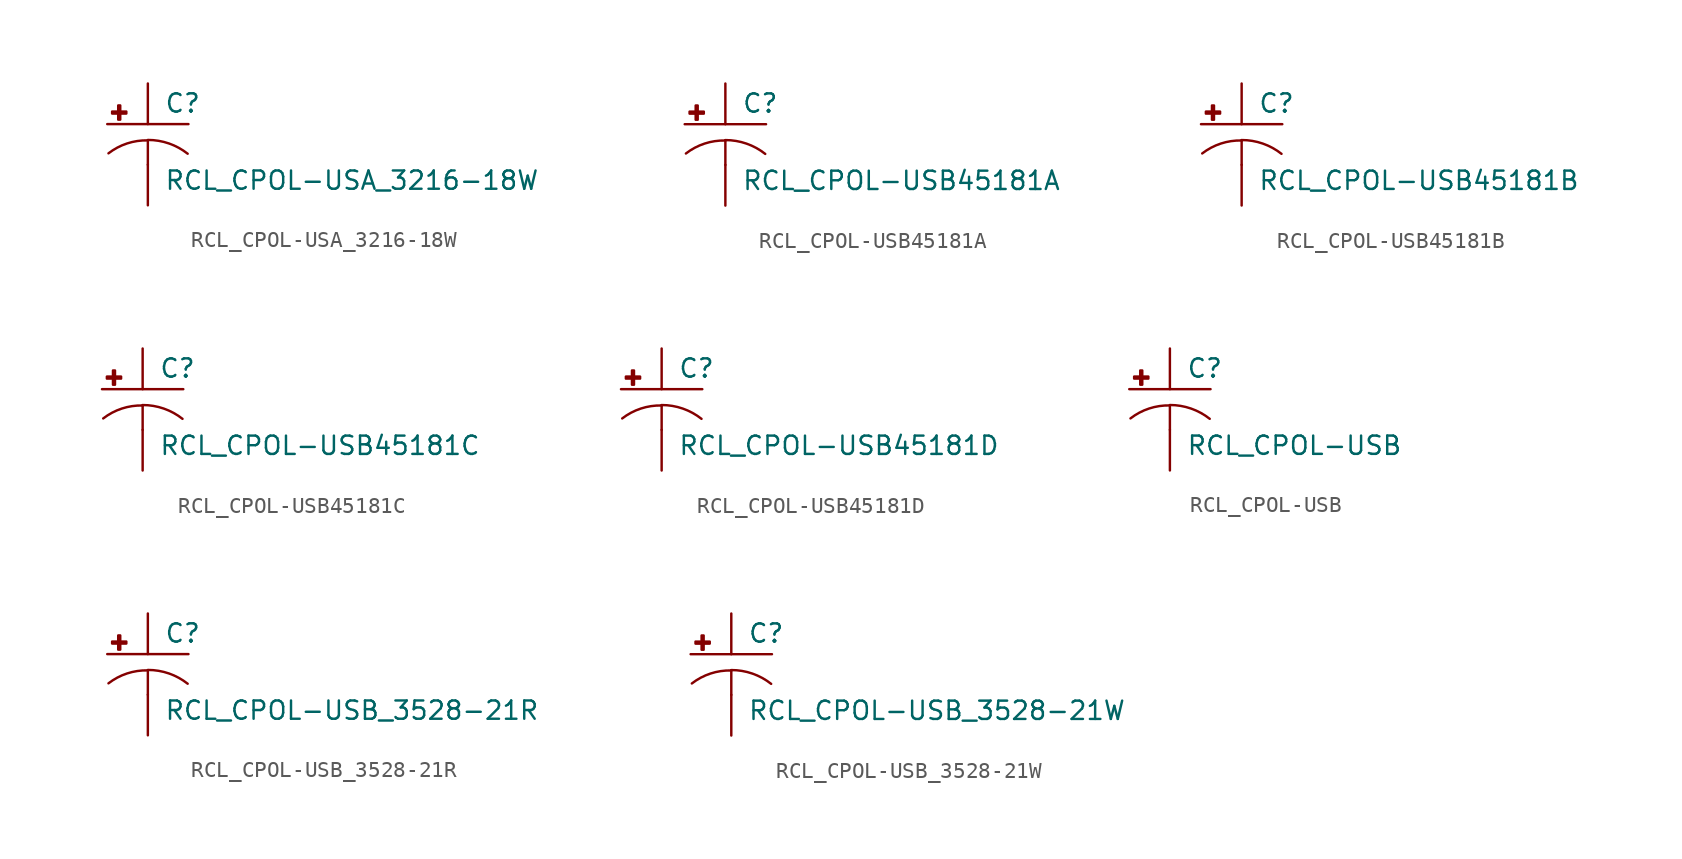
<source format=kicad_sym>
(kicad_symbol_lib
  (version 20210619)
  (generator kicad_symbol_editor)
  (symbol "RCL_CPOL-USA_3216-18W"
    (pin_numbers hide)
    (pin_names
      (offset 1.016) hide)
    (property "Reference" "C"
      (at 1.016 0.635 0)
      (effects (font (size 1.143 1.143)) (justify left bottom)))
    (property "Value" "RCL_CPOL-USA_3216-18W"
      (at 1.016 -4.191 0)
      (effects (font (size 1.143 1.143)) (justify left bottom)))
    (property "ki_locked" ""
      (at 0 0 0)
      (effects (font (size 1.27 1.27))))
    (symbol "RCL_CPOL-USA_3216-18W_1_0"
      (polyline (pts (xy -2.54 0) (xy 2.54 0)) (stroke (width 0)) (fill (type none)))
      (polyline (pts (xy 0 -1.016) (xy 0 -2.54)) (stroke (width 0)) (fill (type none)))
      (polyline (pts (xy 0 -1.016) (xy 0 -1.016)) (stroke (width 0)) (fill (type none))))
    (symbol "RCL_CPOL-USA_3216-18W_1_1"
      (arc (start 0 -1.016) (end -2.4638 -1.8288) (radius (at 0 -5.0546) (length 4.0386) (angles 90.1 127.3)) (stroke (width 0)) (fill (type none)))
      (arc (start 2.4892 -1.8542) (end 0 -0.9906) (radius (at 0 -5.0292) (length 4.0386) (angles 52.3 89.9)) (stroke (width 0)) (fill (type none)))
      (rectangle (start -2.235 0.66) (end -1.346 0.787) (stroke (width 0)) (fill (type outline)))
      (rectangle (start -1.854 0.279) (end -1.727 1.168) (stroke (width 0)) (fill (type outline)))
      (pin passive line (at 0 2.54 270) (length 2.54) (name "+" (effects (font (size 1.016 1.016)))) (number "+" (effects (font (size 1.016 1.016)))))
      (pin passive line (at 0 -5.08 90) (length 2.54) (name "-" (effects (font (size 1.016 1.016)))) (number "-" (effects (font (size 1.016 1.016)))))))
  (symbol "RCL_CPOL-USB45181A"
    (pin_numbers hide)
    (pin_names
      (offset 1.016) hide)
    (property "Reference" "C"
      (at 1.016 0.635 0)
      (effects (font (size 1.143 1.143)) (justify left bottom)))
    (property "Value" "RCL_CPOL-USB45181A"
      (at 1.016 -4.191 0)
      (effects (font (size 1.143 1.143)) (justify left bottom)))
    (property "ki_locked" ""
      (at 0 0 0)
      (effects (font (size 1.27 1.27))))
    (symbol "RCL_CPOL-USB45181A_1_0"
      (polyline (pts (xy -2.54 0) (xy 2.54 0)) (stroke (width 0)) (fill (type none)))
      (polyline (pts (xy 0 -1.016) (xy 0 -2.54)) (stroke (width 0)) (fill (type none)))
      (polyline (pts (xy 0 -1.016) (xy 0 -1.016)) (stroke (width 0)) (fill (type none))))
    (symbol "RCL_CPOL-USB45181A_1_1"
      (arc (start 0 -1.016) (end -2.4638 -1.8288) (radius (at 0 -5.0546) (length 4.0386) (angles 90.1 127.3)) (stroke (width 0)) (fill (type none)))
      (arc (start 2.4892 -1.8542) (end 0 -0.9906) (radius (at 0 -5.0292) (length 4.0386) (angles 52.3 89.9)) (stroke (width 0)) (fill (type none)))
      (rectangle (start -2.235 0.66) (end -1.346 0.787) (stroke (width 0)) (fill (type outline)))
      (rectangle (start -1.854 0.279) (end -1.727 1.168) (stroke (width 0)) (fill (type outline)))
      (pin passive line (at 0 2.54 270) (length 2.54) (name "+" (effects (font (size 1.016 1.016)))) (number "+" (effects (font (size 1.016 1.016)))))
      (pin passive line (at 0 -5.08 90) (length 2.54) (name "-" (effects (font (size 1.016 1.016)))) (number "-" (effects (font (size 1.016 1.016)))))))
  (symbol "RCL_CPOL-USB45181B"
    (pin_numbers hide)
    (pin_names
      (offset 1.016) hide)
    (property "Reference" "C"
      (at 1.016 0.635 0)
      (effects (font (size 1.143 1.143)) (justify left bottom)))
    (property "Value" "RCL_CPOL-USB45181B"
      (at 1.016 -4.191 0)
      (effects (font (size 1.143 1.143)) (justify left bottom)))
    (property "ki_locked" ""
      (at 0 0 0)
      (effects (font (size 1.27 1.27))))
    (symbol "RCL_CPOL-USB45181B_1_0"
      (polyline (pts (xy -2.54 0) (xy 2.54 0)) (stroke (width 0)) (fill (type none)))
      (polyline (pts (xy 0 -1.016) (xy 0 -2.54)) (stroke (width 0)) (fill (type none)))
      (polyline (pts (xy 0 -1.016) (xy 0 -1.016)) (stroke (width 0)) (fill (type none))))
    (symbol "RCL_CPOL-USB45181B_1_1"
      (arc (start 0 -1.016) (end -2.4638 -1.8288) (radius (at 0 -5.0546) (length 4.0386) (angles 90.1 127.3)) (stroke (width 0)) (fill (type none)))
      (arc (start 2.4892 -1.8542) (end 0 -0.9906) (radius (at 0 -5.0292) (length 4.0386) (angles 52.3 89.9)) (stroke (width 0)) (fill (type none)))
      (rectangle (start -2.235 0.66) (end -1.346 0.787) (stroke (width 0)) (fill (type outline)))
      (rectangle (start -1.854 0.279) (end -1.727 1.168) (stroke (width 0)) (fill (type outline)))
      (pin passive line (at 0 2.54 270) (length 2.54) (name "+" (effects (font (size 1.016 1.016)))) (number "+" (effects (font (size 1.016 1.016)))))
      (pin passive line (at 0 -5.08 90) (length 2.54) (name "-" (effects (font (size 1.016 1.016)))) (number "-" (effects (font (size 1.016 1.016)))))))
  (symbol "RCL_CPOL-USB45181C"
    (pin_numbers hide)
    (pin_names
      (offset 1.016) hide)
    (property "Reference" "C"
      (at 1.016 0.635 0)
      (effects (font (size 1.143 1.143)) (justify left bottom)))
    (property "Value" "RCL_CPOL-USB45181C"
      (at 1.016 -4.191 0)
      (effects (font (size 1.143 1.143)) (justify left bottom)))
    (property "ki_locked" ""
      (at 0 0 0)
      (effects (font (size 1.27 1.27))))
    (symbol "RCL_CPOL-USB45181C_1_0"
      (polyline (pts (xy -2.54 0) (xy 2.54 0)) (stroke (width 0)) (fill (type none)))
      (polyline (pts (xy 0 -1.016) (xy 0 -2.54)) (stroke (width 0)) (fill (type none)))
      (polyline (pts (xy 0 -1.016) (xy 0 -1.016)) (stroke (width 0)) (fill (type none))))
    (symbol "RCL_CPOL-USB45181C_1_1"
      (arc (start 0 -1.016) (end -2.4638 -1.8288) (radius (at 0 -5.0546) (length 4.0386) (angles 90.1 127.3)) (stroke (width 0)) (fill (type none)))
      (arc (start 2.4892 -1.8542) (end 0 -0.9906) (radius (at 0 -5.0292) (length 4.0386) (angles 52.3 89.9)) (stroke (width 0)) (fill (type none)))
      (rectangle (start -2.235 0.66) (end -1.346 0.787) (stroke (width 0)) (fill (type outline)))
      (rectangle (start -1.854 0.279) (end -1.727 1.168) (stroke (width 0)) (fill (type outline)))
      (pin passive line (at 0 2.54 270) (length 2.54) (name "+" (effects (font (size 1.016 1.016)))) (number "+" (effects (font (size 1.016 1.016)))))
      (pin passive line (at 0 -5.08 90) (length 2.54) (name "-" (effects (font (size 1.016 1.016)))) (number "-" (effects (font (size 1.016 1.016)))))))
  (symbol "RCL_CPOL-USB45181D"
    (pin_numbers hide)
    (pin_names
      (offset 1.016) hide)
    (property "Reference" "C"
      (at 1.016 0.635 0)
      (effects (font (size 1.143 1.143)) (justify left bottom)))
    (property "Value" "RCL_CPOL-USB45181D"
      (at 1.016 -4.191 0)
      (effects (font (size 1.143 1.143)) (justify left bottom)))
    (property "ki_locked" ""
      (at 0 0 0)
      (effects (font (size 1.27 1.27))))
    (symbol "RCL_CPOL-USB45181D_1_0"
      (polyline (pts (xy -2.54 0) (xy 2.54 0)) (stroke (width 0)) (fill (type none)))
      (polyline (pts (xy 0 -1.016) (xy 0 -2.54)) (stroke (width 0)) (fill (type none)))
      (polyline (pts (xy 0 -1.016) (xy 0 -1.016)) (stroke (width 0)) (fill (type none))))
    (symbol "RCL_CPOL-USB45181D_1_1"
      (arc (start 0 -1.016) (end -2.4638 -1.8288) (radius (at 0 -5.0546) (length 4.0386) (angles 90.1 127.3)) (stroke (width 0)) (fill (type none)))
      (arc (start 2.4892 -1.8542) (end 0 -0.9906) (radius (at 0 -5.0292) (length 4.0386) (angles 52.3 89.9)) (stroke (width 0)) (fill (type none)))
      (rectangle (start -2.235 0.66) (end -1.346 0.787) (stroke (width 0)) (fill (type outline)))
      (rectangle (start -1.854 0.279) (end -1.727 1.168) (stroke (width 0)) (fill (type outline)))
      (pin passive line (at 0 2.54 270) (length 2.54) (name "+" (effects (font (size 1.016 1.016)))) (number "+" (effects (font (size 1.016 1.016)))))
      (pin passive line (at 0 -5.08 90) (length 2.54) (name "-" (effects (font (size 1.016 1.016)))) (number "-" (effects (font (size 1.016 1.016)))))))
  (symbol "RCL_CPOL-USB"
    (pin_numbers hide)
    (pin_names
      (offset 1.016) hide)
    (property "Reference" "C"
      (at 1.016 0.635 0)
      (effects (font (size 1.143 1.143)) (justify left bottom)))
    (property "Value" "RCL_CPOL-USB"
      (at 1.016 -4.191 0)
      (effects (font (size 1.143 1.143)) (justify left bottom)))
    (property "ki_locked" ""
      (at 0 0 0)
      (effects (font (size 1.27 1.27))))
    (symbol "RCL_CPOL-USB_1_0"
      (polyline (pts (xy -2.54 0) (xy 2.54 0)) (stroke (width 0)) (fill (type none)))
      (polyline (pts (xy 0 -1.016) (xy 0 -2.54)) (stroke (width 0)) (fill (type none)))
      (polyline (pts (xy 0 -1.016) (xy 0 -1.016)) (stroke (width 0)) (fill (type none))))
    (symbol "RCL_CPOL-USB_1_1"
      (arc (start 0 -1.016) (end -2.4638 -1.8288) (radius (at 0 -5.0546) (length 4.0386) (angles 90.1 127.3)) (stroke (width 0)) (fill (type none)))
      (arc (start 2.4892 -1.8542) (end 0 -0.9906) (radius (at 0 -5.0292) (length 4.0386) (angles 52.3 89.9)) (stroke (width 0)) (fill (type none)))
      (rectangle (start -2.235 0.66) (end -1.346 0.787) (stroke (width 0)) (fill (type outline)))
      (rectangle (start -1.854 0.279) (end -1.727 1.168) (stroke (width 0)) (fill (type outline)))
      (pin passive line (at 0 2.54 270) (length 2.54) (name "+" (effects (font (size 1.016 1.016)))) (number "+" (effects (font (size 1.016 1.016)))))
      (pin passive line (at 0 -5.08 90) (length 2.54) (name "-" (effects (font (size 1.016 1.016)))) (number "-" (effects (font (size 1.016 1.016)))))))
  (symbol "RCL_CPOL-USB_3528-21R"
    (pin_numbers hide)
    (pin_names
      (offset 1.016) hide)
    (property "Reference" "C"
      (at 1.016 0.635 0)
      (effects (font (size 1.143 1.143)) (justify left bottom)))
    (property "Value" "RCL_CPOL-USB_3528-21R"
      (at 1.016 -4.191 0)
      (effects (font (size 1.143 1.143)) (justify left bottom)))
    (property "ki_locked" ""
      (at 0 0 0)
      (effects (font (size 1.27 1.27))))
    (symbol "RCL_CPOL-USB_3528-21R_1_0"
      (polyline (pts (xy -2.54 0) (xy 2.54 0)) (stroke (width 0)) (fill (type none)))
      (polyline (pts (xy 0 -1.016) (xy 0 -2.54)) (stroke (width 0)) (fill (type none)))
      (polyline (pts (xy 0 -1.016) (xy 0 -1.016)) (stroke (width 0)) (fill (type none))))
    (symbol "RCL_CPOL-USB_3528-21R_1_1"
      (arc (start 0 -1.016) (end -2.4638 -1.8288) (radius (at 0 -5.0546) (length 4.0386) (angles 90.1 127.3)) (stroke (width 0)) (fill (type none)))
      (arc (start 2.4892 -1.8542) (end 0 -0.9906) (radius (at 0 -5.0292) (length 4.0386) (angles 52.3 89.9)) (stroke (width 0)) (fill (type none)))
      (rectangle (start -2.235 0.66) (end -1.346 0.787) (stroke (width 0)) (fill (type outline)))
      (rectangle (start -1.854 0.279) (end -1.727 1.168) (stroke (width 0)) (fill (type outline)))
      (pin passive line (at 0 2.54 270) (length 2.54) (name "+" (effects (font (size 1.016 1.016)))) (number "+" (effects (font (size 1.016 1.016)))))
      (pin passive line (at 0 -5.08 90) (length 2.54) (name "-" (effects (font (size 1.016 1.016)))) (number "-" (effects (font (size 1.016 1.016)))))))
  (symbol "RCL_CPOL-USB_3528-21W"
    (pin_numbers hide)
    (pin_names
      (offset 1.016) hide)
    (property "Reference" "C"
      (at 1.016 0.635 0)
      (effects (font (size 1.143 1.143)) (justify left bottom)))
    (property "Value" "RCL_CPOL-USB_3528-21W"
      (at 1.016 -4.191 0)
      (effects (font (size 1.143 1.143)) (justify left bottom)))
    (property "ki_locked" ""
      (at 0 0 0)
      (effects (font (size 1.27 1.27))))
    (symbol "RCL_CPOL-USB_3528-21W_1_0"
      (polyline (pts (xy -2.54 0) (xy 2.54 0)) (stroke (width 0)) (fill (type none)))
      (polyline (pts (xy 0 -1.016) (xy 0 -2.54)) (stroke (width 0)) (fill (type none)))
      (polyline (pts (xy 0 -1.016) (xy 0 -1.016)) (stroke (width 0)) (fill (type none))))
    (symbol "RCL_CPOL-USB_3528-21W_1_1"
      (arc (start 0 -1.016) (end -2.4638 -1.8288) (radius (at 0 -5.0546) (length 4.0386) (angles 90.1 127.3)) (stroke (width 0)) (fill (type none)))
      (arc (start 2.4892 -1.8542) (end 0 -0.9906) (radius (at 0 -5.0292) (length 4.0386) (angles 52.3 89.9)) (stroke (width 0)) (fill (type none)))
      (rectangle (start -2.235 0.66) (end -1.346 0.787) (stroke (width 0)) (fill (type outline)))
      (rectangle (start -1.854 0.279) (end -1.727 1.168) (stroke (width 0)) (fill (type outline)))
      (pin passive line (at 0 2.54 270) (length 2.54) (name "+" (effects (font (size 1.016 1.016)))) (number "+" (effects (font (size 1.016 1.016)))))
      (pin passive line (at 0 -5.08 90) (length 2.54) (name "-" (effects (font (size 1.016 1.016)))) (number "-" (effects (font (size 1.016 1.016))))))))
</source>
